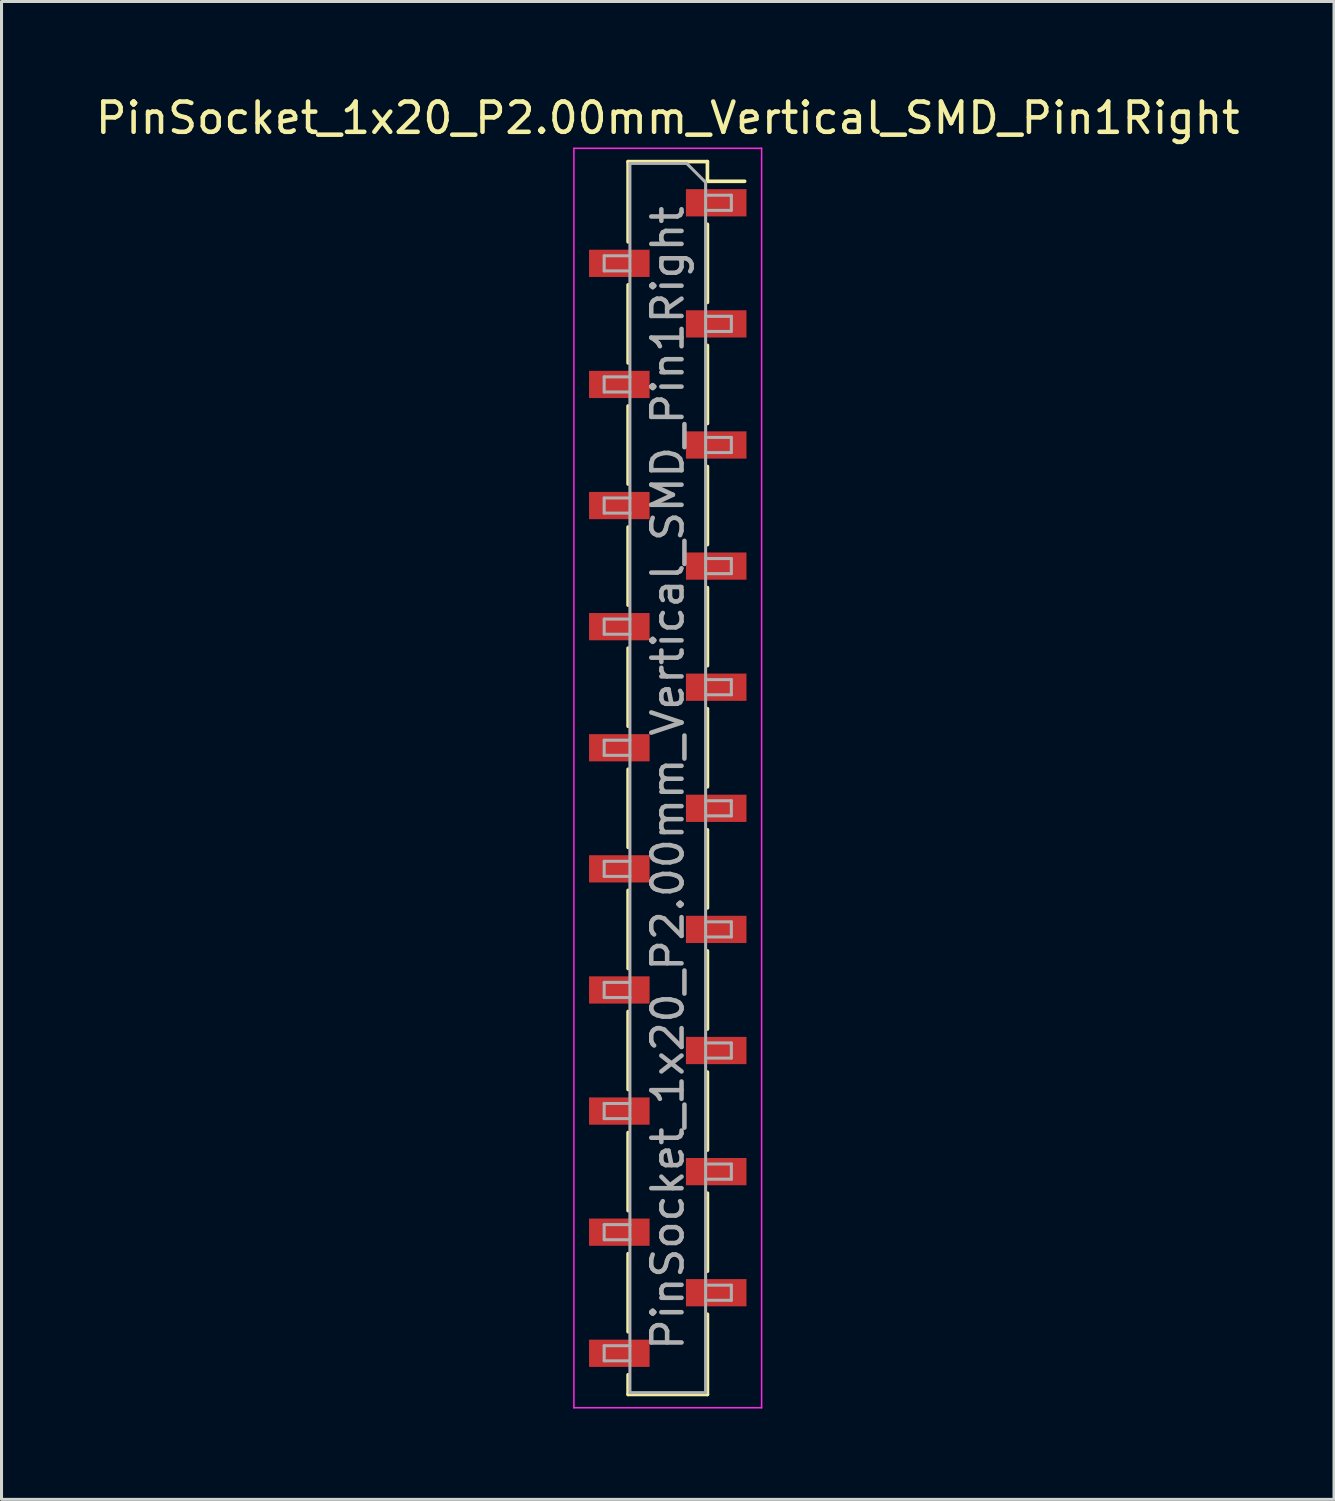
<source format=kicad_pcb>
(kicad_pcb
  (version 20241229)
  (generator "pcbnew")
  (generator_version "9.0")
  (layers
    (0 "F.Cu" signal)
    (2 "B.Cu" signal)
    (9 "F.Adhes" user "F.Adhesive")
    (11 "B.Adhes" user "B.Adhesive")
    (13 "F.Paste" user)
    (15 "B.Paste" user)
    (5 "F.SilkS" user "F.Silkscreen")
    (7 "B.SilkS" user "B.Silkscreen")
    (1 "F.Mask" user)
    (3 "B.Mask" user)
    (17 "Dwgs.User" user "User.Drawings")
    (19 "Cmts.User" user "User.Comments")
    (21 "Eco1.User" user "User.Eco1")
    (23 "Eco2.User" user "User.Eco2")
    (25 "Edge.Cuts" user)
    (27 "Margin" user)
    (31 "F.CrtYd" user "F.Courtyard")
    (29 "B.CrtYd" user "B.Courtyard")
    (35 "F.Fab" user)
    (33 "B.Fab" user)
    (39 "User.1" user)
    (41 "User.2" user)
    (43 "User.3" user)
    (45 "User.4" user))
  (footprint "PinSocket_1x20_P2.00mm_Vertical_SMD_Pin1Right"
    (layer "F.Cu")
    (at 19.006 22.648)
    (property "Reference" "PinSocket_1x20_P2.00mm_Vertical_SMD_Pin1Right" (at 0 -21.8 0) (layer "F.SilkS") (effects (font (size 1 1) (thickness 0.15))))
    (attr smd)
    (fp_line (start -1.31 -20.36) (end -1.31 -17.71) (stroke (width 0.12) (type solid)) (layer "F.SilkS"))
    (fp_line (start -1.31 -20.36) (end 1.31 -20.36) (stroke (width 0.12) (type solid)) (layer "F.SilkS"))
    (fp_line (start -1.31 -16.29) (end -1.31 -13.71) (stroke (width 0.12) (type solid)) (layer "F.SilkS"))
    (fp_line (start -1.31 -12.29) (end -1.31 -9.71) (stroke (width 0.12) (type solid)) (layer "F.SilkS"))
    (fp_line (start -1.31 -8.29) (end -1.31 -5.71) (stroke (width 0.12) (type solid)) (layer "F.SilkS"))
    (fp_line (start -1.31 -4.29) (end -1.31 -1.71) (stroke (width 0.12) (type solid)) (layer "F.SilkS"))
    (fp_line (start -1.31 -0.29) (end -1.31 2.29) (stroke (width 0.12) (type solid)) (layer "F.SilkS"))
    (fp_line (start -1.31 3.71) (end -1.31 6.29) (stroke (width 0.12) (type solid)) (layer "F.SilkS"))
    (fp_line (start -1.31 7.71) (end -1.31 10.29) (stroke (width 0.12) (type solid)) (layer "F.SilkS"))
    (fp_line (start -1.31 11.71) (end -1.31 14.29) (stroke (width 0.12) (type solid)) (layer "F.SilkS"))
    (fp_line (start -1.31 15.71) (end -1.31 18.29) (stroke (width 0.12) (type solid)) (layer "F.SilkS"))
    (fp_line (start -1.31 19.71) (end -1.31 20.36) (stroke (width 0.12) (type solid)) (layer "F.SilkS"))
    (fp_line (start -1.31 20.36) (end 1.31 20.36) (stroke (width 0.12) (type solid)) (layer "F.SilkS"))
    (fp_line (start 1.31 -20.36) (end 1.31 -19.71) (stroke (width 0.12) (type solid)) (layer "F.SilkS"))
    (fp_line (start 1.31 -19.71) (end 2.54 -19.71) (stroke (width 0.12) (type solid)) (layer "F.SilkS"))
    (fp_line (start 1.31 -18.29) (end 1.31 -15.71) (stroke (width 0.12) (type solid)) (layer "F.SilkS"))
    (fp_line (start 1.31 -14.29) (end 1.31 -11.71) (stroke (width 0.12) (type solid)) (layer "F.SilkS"))
    (fp_line (start 1.31 -10.29) (end 1.31 -7.71) (stroke (width 0.12) (type solid)) (layer "F.SilkS"))
    (fp_line (start 1.31 -6.29) (end 1.31 -3.71) (stroke (width 0.12) (type solid)) (layer "F.SilkS"))
    (fp_line (start 1.31 -2.29) (end 1.31 0.29) (stroke (width 0.12) (type solid)) (layer "F.SilkS"))
    (fp_line (start 1.31 1.71) (end 1.31 4.29) (stroke (width 0.12) (type solid)) (layer "F.SilkS"))
    (fp_line (start 1.31 5.71) (end 1.31 8.29) (stroke (width 0.12) (type solid)) (layer "F.SilkS"))
    (fp_line (start 1.31 9.71) (end 1.31 12.29) (stroke (width 0.12) (type solid)) (layer "F.SilkS"))
    (fp_line (start 1.31 13.71) (end 1.31 16.29) (stroke (width 0.12) (type solid)) (layer "F.SilkS"))
    (fp_line (start 1.31 17.71) (end 1.31 20.36) (stroke (width 0.12) (type solid)) (layer "F.SilkS"))
    (fp_line (start -3.1 -20.8) (end 3.1 -20.8) (stroke (width 0.05) (type solid)) (layer "F.CrtYd"))
    (fp_line (start -3.1 20.8) (end -3.1 -20.8) (stroke (width 0.05) (type solid)) (layer "F.CrtYd"))
    (fp_line (start 3.1 -20.8) (end 3.1 20.8) (stroke (width 0.05) (type solid)) (layer "F.CrtYd"))
    (fp_line (start 3.1 20.8) (end -3.1 20.8) (stroke (width 0.05) (type solid)) (layer "F.CrtYd"))
    (fp_line (start -2.1 -17.25) (end -1.25 -17.25) (stroke (width 0.1) (type solid)) (layer "F.Fab"))
    (fp_line (start -2.1 -16.75) (end -2.1 -17.25) (stroke (width 0.1) (type solid)) (layer "F.Fab"))
    (fp_line (start -2.1 -13.25) (end -1.25 -13.25) (stroke (width 0.1) (type solid)) (layer "F.Fab"))
    (fp_line (start -2.1 -12.75) (end -2.1 -13.25) (stroke (width 0.1) (type solid)) (layer "F.Fab"))
    (fp_line (start -2.1 -9.25) (end -1.25 -9.25) (stroke (width 0.1) (type solid)) (layer "F.Fab"))
    (fp_line (start -2.1 -8.75) (end -2.1 -9.25) (stroke (width 0.1) (type solid)) (layer "F.Fab"))
    (fp_line (start -2.1 -5.25) (end -1.25 -5.25) (stroke (width 0.1) (type solid)) (layer "F.Fab"))
    (fp_line (start -2.1 -4.75) (end -2.1 -5.25) (stroke (width 0.1) (type solid)) (layer "F.Fab"))
    (fp_line (start -2.1 -1.25) (end -1.25 -1.25) (stroke (width 0.1) (type solid)) (layer "F.Fab"))
    (fp_line (start -2.1 -0.75) (end -2.1 -1.25) (stroke (width 0.1) (type solid)) (layer "F.Fab"))
    (fp_line (start -2.1 2.75) (end -1.25 2.75) (stroke (width 0.1) (type solid)) (layer "F.Fab"))
    (fp_line (start -2.1 3.25) (end -2.1 2.75) (stroke (width 0.1) (type solid)) (layer "F.Fab"))
    (fp_line (start -2.1 6.75) (end -1.25 6.75) (stroke (width 0.1) (type solid)) (layer "F.Fab"))
    (fp_line (start -2.1 7.25) (end -2.1 6.75) (stroke (width 0.1) (type solid)) (layer "F.Fab"))
    (fp_line (start -2.1 10.75) (end -1.25 10.75) (stroke (width 0.1) (type solid)) (layer "F.Fab"))
    (fp_line (start -2.1 11.25) (end -2.1 10.75) (stroke (width 0.1) (type solid)) (layer "F.Fab"))
    (fp_line (start -2.1 14.75) (end -1.25 14.75) (stroke (width 0.1) (type solid)) (layer "F.Fab"))
    (fp_line (start -2.1 15.25) (end -2.1 14.75) (stroke (width 0.1) (type solid)) (layer "F.Fab"))
    (fp_line (start -2.1 18.75) (end -1.25 18.75) (stroke (width 0.1) (type solid)) (layer "F.Fab"))
    (fp_line (start -2.1 19.25) (end -2.1 18.75) (stroke (width 0.1) (type solid)) (layer "F.Fab"))
    (fp_line (start -1.25 -20.3) (end 0.625 -20.3) (stroke (width 0.1) (type solid)) (layer "F.Fab"))
    (fp_line (start -1.25 -16.75) (end -2.1 -16.75) (stroke (width 0.1) (type solid)) (layer "F.Fab"))
    (fp_line (start -1.25 -12.75) (end -2.1 -12.75) (stroke (width 0.1) (type solid)) (layer "F.Fab"))
    (fp_line (start -1.25 -8.75) (end -2.1 -8.75) (stroke (width 0.1) (type solid)) (layer "F.Fab"))
    (fp_line (start -1.25 -4.75) (end -2.1 -4.75) (stroke (width 0.1) (type solid)) (layer "F.Fab"))
    (fp_line (start -1.25 -0.75) (end -2.1 -0.75) (stroke (width 0.1) (type solid)) (layer "F.Fab"))
    (fp_line (start -1.25 3.25) (end -2.1 3.25) (stroke (width 0.1) (type solid)) (layer "F.Fab"))
    (fp_line (start -1.25 7.25) (end -2.1 7.25) (stroke (width 0.1) (type solid)) (layer "F.Fab"))
    (fp_line (start -1.25 11.25) (end -2.1 11.25) (stroke (width 0.1) (type solid)) (layer "F.Fab"))
    (fp_line (start -1.25 15.25) (end -2.1 15.25) (stroke (width 0.1) (type solid)) (layer "F.Fab"))
    (fp_line (start -1.25 19.25) (end -2.1 19.25) (stroke (width 0.1) (type solid)) (layer "F.Fab"))
    (fp_line (start -1.25 20.3) (end -1.25 -20.3) (stroke (width 0.1) (type solid)) (layer "F.Fab"))
    (fp_line (start 0.625 -20.3) (end 1.25 -19.675) (stroke (width 0.1) (type solid)) (layer "F.Fab"))
    (fp_line (start 1.25 -19.675) (end 1.25 20.3) (stroke (width 0.1) (type solid)) (layer "F.Fab"))
    (fp_line (start 1.25 -19.25) (end 2.1 -19.25) (stroke (width 0.1) (type solid)) (layer "F.Fab"))
    (fp_line (start 1.25 -15.25) (end 2.1 -15.25) (stroke (width 0.1) (type solid)) (layer "F.Fab"))
    (fp_line (start 1.25 -11.25) (end 2.1 -11.25) (stroke (width 0.1) (type solid)) (layer "F.Fab"))
    (fp_line (start 1.25 -7.25) (end 2.1 -7.25) (stroke (width 0.1) (type solid)) (layer "F.Fab"))
    (fp_line (start 1.25 -3.25) (end 2.1 -3.25) (stroke (width 0.1) (type solid)) (layer "F.Fab"))
    (fp_line (start 1.25 0.75) (end 2.1 0.75) (stroke (width 0.1) (type solid)) (layer "F.Fab"))
    (fp_line (start 1.25 4.75) (end 2.1 4.75) (stroke (width 0.1) (type solid)) (layer "F.Fab"))
    (fp_line (start 1.25 8.75) (end 2.1 8.75) (stroke (width 0.1) (type solid)) (layer "F.Fab"))
    (fp_line (start 1.25 12.75) (end 2.1 12.75) (stroke (width 0.1) (type solid)) (layer "F.Fab"))
    (fp_line (start 1.25 16.75) (end 2.1 16.75) (stroke (width 0.1) (type solid)) (layer "F.Fab"))
    (fp_line (start 1.25 20.3) (end -1.25 20.3) (stroke (width 0.1) (type solid)) (layer "F.Fab"))
    (fp_line (start 2.1 -19.25) (end 2.1 -18.75) (stroke (width 0.1) (type solid)) (layer "F.Fab"))
    (fp_line (start 2.1 -18.75) (end 1.25 -18.75) (stroke (width 0.1) (type solid)) (layer "F.Fab"))
    (fp_line (start 2.1 -15.25) (end 2.1 -14.75) (stroke (width 0.1) (type solid)) (layer "F.Fab"))
    (fp_line (start 2.1 -14.75) (end 1.25 -14.75) (stroke (width 0.1) (type solid)) (layer "F.Fab"))
    (fp_line (start 2.1 -11.25) (end 2.1 -10.75) (stroke (width 0.1) (type solid)) (layer "F.Fab"))
    (fp_line (start 2.1 -10.75) (end 1.25 -10.75) (stroke (width 0.1) (type solid)) (layer "F.Fab"))
    (fp_line (start 2.1 -7.25) (end 2.1 -6.75) (stroke (width 0.1) (type solid)) (layer "F.Fab"))
    (fp_line (start 2.1 -6.75) (end 1.25 -6.75) (stroke (width 0.1) (type solid)) (layer "F.Fab"))
    (fp_line (start 2.1 -3.25) (end 2.1 -2.75) (stroke (width 0.1) (type solid)) (layer "F.Fab"))
    (fp_line (start 2.1 -2.75) (end 1.25 -2.75) (stroke (width 0.1) (type solid)) (layer "F.Fab"))
    (fp_line (start 2.1 0.75) (end 2.1 1.25) (stroke (width 0.1) (type solid)) (layer "F.Fab"))
    (fp_line (start 2.1 1.25) (end 1.25 1.25) (stroke (width 0.1) (type solid)) (layer "F.Fab"))
    (fp_line (start 2.1 4.75) (end 2.1 5.25) (stroke (width 0.1) (type solid)) (layer "F.Fab"))
    (fp_line (start 2.1 5.25) (end 1.25 5.25) (stroke (width 0.1) (type solid)) (layer "F.Fab"))
    (fp_line (start 2.1 8.75) (end 2.1 9.25) (stroke (width 0.1) (type solid)) (layer "F.Fab"))
    (fp_line (start 2.1 9.25) (end 1.25 9.25) (stroke (width 0.1) (type solid)) (layer "F.Fab"))
    (fp_line (start 2.1 12.75) (end 2.1 13.25) (stroke (width 0.1) (type solid)) (layer "F.Fab"))
    (fp_line (start 2.1 13.25) (end 1.25 13.25) (stroke (width 0.1) (type solid)) (layer "F.Fab"))
    (fp_line (start 2.1 16.75) (end 2.1 17.25) (stroke (width 0.1) (type solid)) (layer "F.Fab"))
    (fp_line (start 2.1 17.25) (end 1.25 17.25) (stroke (width 0.1) (type solid)) (layer "F.Fab"))
    (fp_text user "${REFERENCE}" (at 0 0 90) (layer "F.Fab") (effects (font (size 1 1) (thickness 0.15))))
    (pad "1" smd rect (at 1.6 -19) (size 2 0.9) (layers "F.Cu" "F.Mask" "F.Paste"))
    (pad "2" smd rect (at -1.6 -17) (size 2 0.9) (layers "F.Cu" "F.Mask" "F.Paste"))
    (pad "3" smd rect (at 1.6 -15) (size 2 0.9) (layers "F.Cu" "F.Mask" "F.Paste"))
    (pad "4" smd rect (at -1.6 -13) (size 2 0.9) (layers "F.Cu" "F.Mask" "F.Paste"))
    (pad "5" smd rect (at 1.6 -11) (size 2 0.9) (layers "F.Cu" "F.Mask" "F.Paste"))
    (pad "6" smd rect (at -1.6 -9) (size 2 0.9) (layers "F.Cu" "F.Mask" "F.Paste"))
    (pad "7" smd rect (at 1.6 -7) (size 2 0.9) (layers "F.Cu" "F.Mask" "F.Paste"))
    (pad "8" smd rect (at -1.6 -5) (size 2 0.9) (layers "F.Cu" "F.Mask" "F.Paste"))
    (pad "9" smd rect (at 1.6 -3) (size 2 0.9) (layers "F.Cu" "F.Mask" "F.Paste"))
    (pad "10" smd rect (at -1.6 -1) (size 2 0.9) (layers "F.Cu" "F.Mask" "F.Paste"))
    (pad "11" smd rect (at 1.6 1) (size 2 0.9) (layers "F.Cu" "F.Mask" "F.Paste"))
    (pad "12" smd rect (at -1.6 3) (size 2 0.9) (layers "F.Cu" "F.Mask" "F.Paste"))
    (pad "13" smd rect (at 1.6 5) (size 2 0.9) (layers "F.Cu" "F.Mask" "F.Paste"))
    (pad "14" smd rect (at -1.6 7) (size 2 0.9) (layers "F.Cu" "F.Mask" "F.Paste"))
    (pad "15" smd rect (at 1.6 9) (size 2 0.9) (layers "F.Cu" "F.Mask" "F.Paste"))
    (pad "16" smd rect (at -1.6 11) (size 2 0.9) (layers "F.Cu" "F.Mask" "F.Paste"))
    (pad "17" smd rect (at 1.6 13) (size 2 0.9) (layers "F.Cu" "F.Mask" "F.Paste"))
    (pad "18" smd rect (at -1.6 15) (size 2 0.9) (layers "F.Cu" "F.Mask" "F.Paste"))
    (pad "19" smd rect (at 1.6 17) (size 2 0.9) (layers "F.Cu" "F.Mask" "F.Paste"))
    (pad "20" smd rect (at -1.6 19) (size 2 0.9) (layers "F.Cu" "F.Mask" "F.Paste")))
  (gr_rect
    (start -3 -3)
    (end 41.012 46.473)
    (stroke (width 0.1) (type default))
    (fill no)
    (layer "Edge.Cuts")))
</source>
